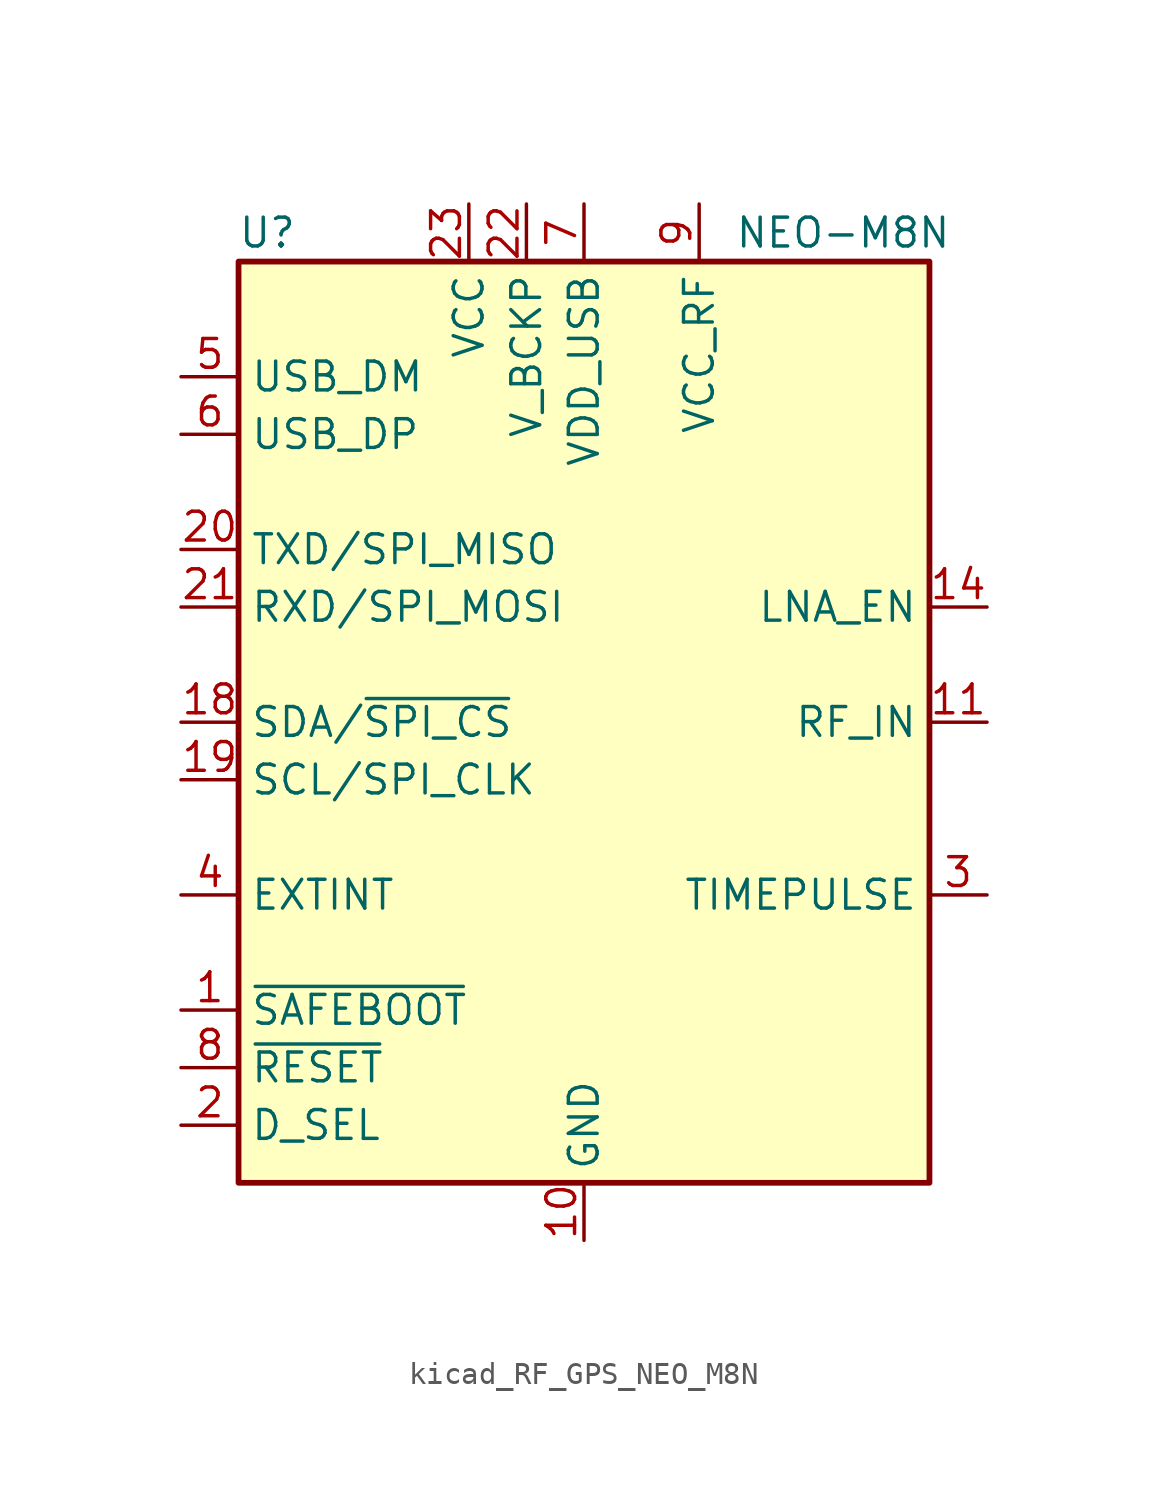
<source format=kicad_sym>
(kicad_symbol_lib
  (version 20220914)
  (generator kicad_symbol_editor)
  (symbol "kicad_RF_GPS_NEO_M8N"
    (property "Reference" "U"
      (at -13.97 21.59 0)
      (effects (font (size 1.27 1.27))))
    (property "Value" "NEO-M8N"
      (at 11.43 21.59 0)
      (effects (font (size 1.27 1.27))))
    (symbol "kicad_RF_GPS_NEO_M8N_0_1"
      (rectangle (start -15.24 20.32) (end 15.24 -20.32) (stroke (width 0.254) (type default)) (fill (type background))))
    (symbol "kicad_RF_GPS_NEO_M8N_1_1"
      (pin input line (at -17.78 -12.7 0) (length 2.54) (name "~{SAFEBOOT}" (effects (font (size 1.27 1.27)))) (number "1" (effects (font (size 1.27 1.27)))))
      (pin power_in line (at 0 -22.86 90) (length 2.54) (name "GND" (effects (font (size 1.27 1.27)))) (number "10" (effects (font (size 1.27 1.27)))))
      (pin input line (at 17.78 0 180) (length 2.54) (name "RF_IN" (effects (font (size 1.27 1.27)))) (number "11" (effects (font (size 1.27 1.27)))))
      (pin passive line (at 0 -22.86 90) (length 2.54) hide (name "GND" (effects (font (size 1.27 1.27)))) (number "12" (effects (font (size 1.27 1.27)))))
      (pin passive line (at 0 -22.86 90) (length 2.54) hide (name "GND" (effects (font (size 1.27 1.27)))) (number "13" (effects (font (size 1.27 1.27)))))
      (pin output line (at 17.78 5.08 180) (length 2.54) (name "LNA_EN" (effects (font (size 1.27 1.27)))) (number "14" (effects (font (size 1.27 1.27)))))
      (pin no_connect line (at 15.24 -10.16 180) (length 2.54) hide (name "RESERVED" (effects (font (size 1.27 1.27)))) (number "15" (effects (font (size 1.27 1.27)))))
      (pin no_connect line (at 15.24 -12.7 180) (length 2.54) hide (name "RESERVED" (effects (font (size 1.27 1.27)))) (number "16" (effects (font (size 1.27 1.27)))))
      (pin no_connect line (at 15.24 -15.24 180) (length 2.54) hide (name "RESERVED" (effects (font (size 1.27 1.27)))) (number "17" (effects (font (size 1.27 1.27)))))
      (pin bidirectional line (at -17.78 0 0) (length 2.54) (name "SDA/~{SPI_CS}" (effects (font (size 1.27 1.27)))) (number "18" (effects (font (size 1.27 1.27)))))
      (pin input line (at -17.78 -2.54 0) (length 2.54) (name "SCL/SPI_CLK" (effects (font (size 1.27 1.27)))) (number "19" (effects (font (size 1.27 1.27)))))
      (pin input line (at -17.78 -17.78 0) (length 2.54) (name "D_SEL" (effects (font (size 1.27 1.27)))) (number "2" (effects (font (size 1.27 1.27)))))
      (pin output line (at -17.78 7.62 0) (length 2.54) (name "TXD/SPI_MISO" (effects (font (size 1.27 1.27)))) (number "20" (effects (font (size 1.27 1.27)))))
      (pin input line (at -17.78 5.08 0) (length 2.54) (name "RXD/SPI_MOSI" (effects (font (size 1.27 1.27)))) (number "21" (effects (font (size 1.27 1.27)))))
      (pin power_in line (at -2.54 22.86 270) (length 2.54) (name "V_BCKP" (effects (font (size 1.27 1.27)))) (number "22" (effects (font (size 1.27 1.27)))))
      (pin power_in line (at -5.08 22.86 270) (length 2.54) (name "VCC" (effects (font (size 1.27 1.27)))) (number "23" (effects (font (size 1.27 1.27)))))
      (pin passive line (at 0 -22.86 90) (length 2.54) hide (name "GND" (effects (font (size 1.27 1.27)))) (number "24" (effects (font (size 1.27 1.27)))))
      (pin output line (at 17.78 -7.62 180) (length 2.54) (name "TIMEPULSE" (effects (font (size 1.27 1.27)))) (number "3" (effects (font (size 1.27 1.27)))))
      (pin input line (at -17.78 -7.62 0) (length 2.54) (name "EXTINT" (effects (font (size 1.27 1.27)))) (number "4" (effects (font (size 1.27 1.27)))))
      (pin bidirectional line (at -17.78 15.24 0) (length 2.54) (name "USB_DM" (effects (font (size 1.27 1.27)))) (number "5" (effects (font (size 1.27 1.27)))))
      (pin bidirectional line (at -17.78 12.7 0) (length 2.54) (name "USB_DP" (effects (font (size 1.27 1.27)))) (number "6" (effects (font (size 1.27 1.27)))))
      (pin power_in line (at 0 22.86 270) (length 2.54) (name "VDD_USB" (effects (font (size 1.27 1.27)))) (number "7" (effects (font (size 1.27 1.27)))))
      (pin input line (at -17.78 -15.24 0) (length 2.54) (name "~{RESET}" (effects (font (size 1.27 1.27)))) (number "8" (effects (font (size 1.27 1.27)))))
      (pin power_out line (at 5.08 22.86 270) (length 2.54) (name "VCC_RF" (effects (font (size 1.27 1.27)))) (number "9" (effects (font (size 1.27 1.27))))))))
</source>
